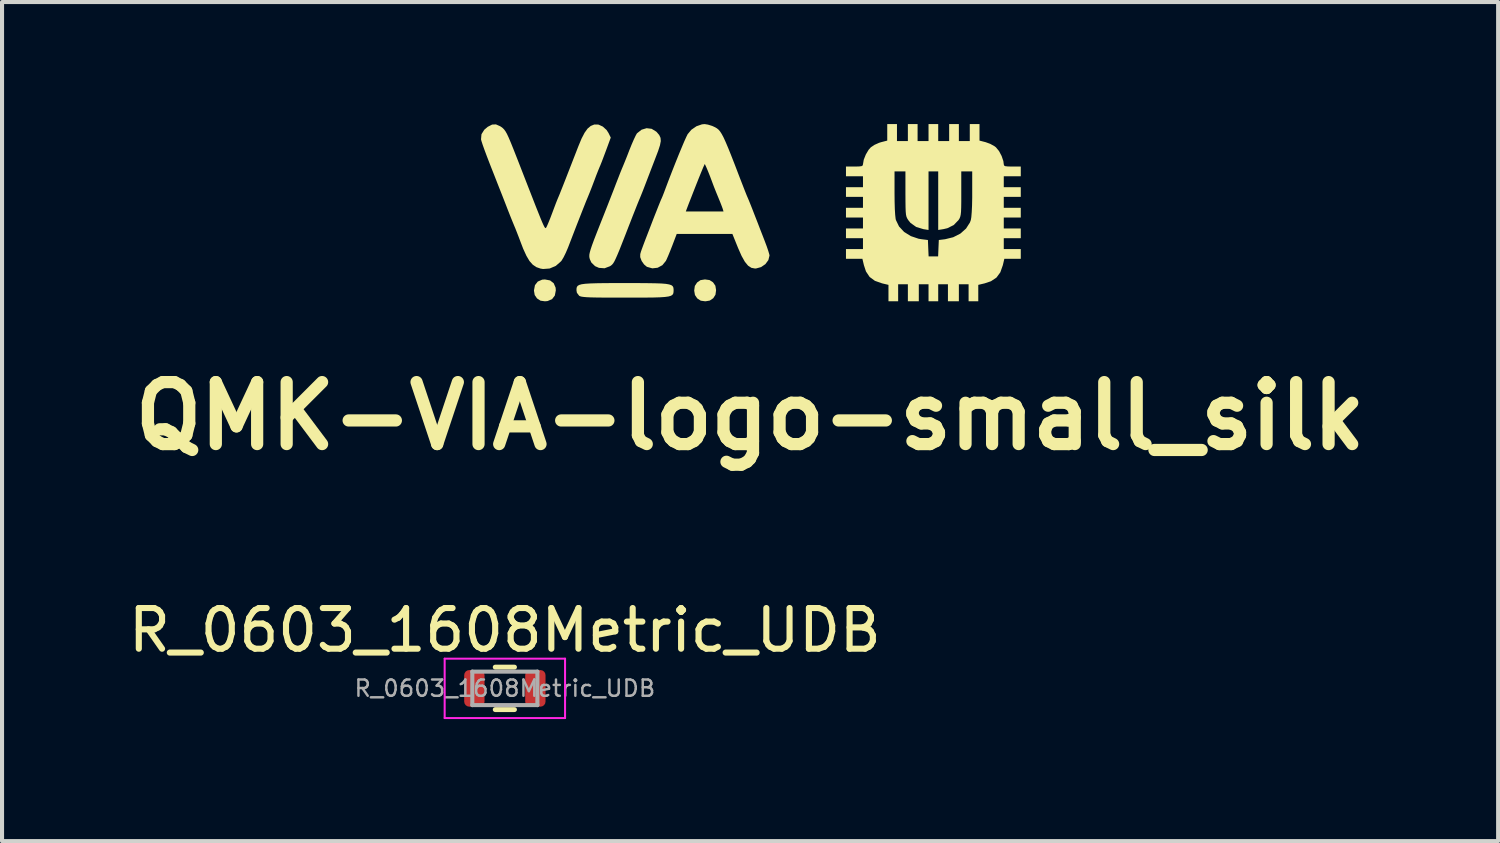
<source format=kicad_pcb>
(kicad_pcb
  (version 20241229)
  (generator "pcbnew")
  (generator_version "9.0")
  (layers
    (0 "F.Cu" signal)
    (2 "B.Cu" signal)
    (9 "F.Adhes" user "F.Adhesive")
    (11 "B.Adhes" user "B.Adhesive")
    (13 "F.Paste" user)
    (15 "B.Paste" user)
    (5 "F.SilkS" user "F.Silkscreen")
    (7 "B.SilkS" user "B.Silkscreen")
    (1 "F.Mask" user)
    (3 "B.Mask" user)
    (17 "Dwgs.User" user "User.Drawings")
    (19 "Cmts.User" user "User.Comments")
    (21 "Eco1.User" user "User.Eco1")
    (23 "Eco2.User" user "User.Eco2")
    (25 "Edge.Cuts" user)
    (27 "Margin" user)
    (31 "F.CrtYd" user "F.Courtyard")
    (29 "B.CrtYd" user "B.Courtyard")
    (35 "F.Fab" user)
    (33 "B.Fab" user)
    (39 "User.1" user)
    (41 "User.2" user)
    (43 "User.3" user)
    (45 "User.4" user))
  (footprint "QMK-VIA-logo-small_silk"
    (layer "F.Cu")
    (at 15.392 2.179)
    (property "Reference" "QMK-VIA-logo-small_silk" (at 0 5 0) (layer "F.SilkS") (effects (font (size 1.524 1.524) (thickness 0.3))))
    (attr board_only exclude_from_pos_files exclude_from_bom)
    (fp_poly (pts (xy -4.917 1.666) (xy -4.828 1.735) (xy -4.781 1.844) (xy -4.776 1.91) (xy -4.8 2.037) (xy -4.868 2.126) (xy -4.978 2.173) (xy -5.044 2.179) (xy -5.152 2.164) (xy -5.234 2.111) (xy -5.24 2.106) (xy -5.295 2.025) (xy -5.313 1.92) (xy -5.313 1.91) (xy -5.289 1.783) (xy -5.22 1.694) (xy -5.111 1.647) (xy -5.044 1.642)) (stroke (width 0) (type solid)) (fill yes) (layer "F.SilkS"))
    (fp_poly (pts (xy -0.997 1.657) (xy -0.915 1.709) (xy -0.909 1.715) (xy -0.853 1.796) (xy -0.836 1.901) (xy -0.836 1.91) (xy -0.851 2.018) (xy -0.903 2.1) (xy -0.909 2.106) (xy -0.99 2.161) (xy -1.095 2.179) (xy -1.104 2.179) (xy -1.212 2.164) (xy -1.294 2.111) (xy -1.3 2.106) (xy -1.355 2.025) (xy -1.373 1.92) (xy -1.373 1.91) (xy -1.358 1.802) (xy -1.305 1.721) (xy -1.3 1.715) (xy -1.219 1.659) (xy -1.114 1.642) (xy -1.104 1.642)) (stroke (width 0) (type solid)) (fill yes) (layer "F.SilkS"))
    (fp_poly (pts (xy -2.776 1.731) (xy -2.532 1.733) (xy -2.337 1.736) (xy -2.186 1.741) (xy -2.072 1.75) (xy -1.991 1.764) (xy -1.936 1.782) (xy -1.904 1.806) (xy -1.887 1.837) (xy -1.881 1.876) (xy -1.88 1.91) (xy -1.882 1.955) (xy -1.89 1.992) (xy -1.91 2.021) (xy -1.947 2.044) (xy -2.008 2.061) (xy -2.097 2.073) (xy -2.219 2.081) (xy -2.381 2.086) (xy -2.588 2.088) (xy -2.844 2.089) (xy -3.074 2.089) (xy -3.36 2.089) (xy -3.592 2.088) (xy -3.775 2.086) (xy -3.918 2.083) (xy -4.024 2.078) (xy -4.1 2.071) (xy -4.152 2.063) (xy -4.186 2.052) (xy -4.202 2.043) (xy -4.258 1.969) (xy -4.268 1.91) (xy -4.267 1.866) (xy -4.259 1.829) (xy -4.239 1.8) (xy -4.201 1.777) (xy -4.141 1.76) (xy -4.052 1.748) (xy -3.929 1.74) (xy -3.767 1.735) (xy -3.561 1.732) (xy -3.304 1.731) (xy -3.074 1.731)) (stroke (width 0) (type solid)) (fill yes) (layer "F.SilkS"))
    (fp_poly (pts (xy -2.42 -2.062) (xy -2.307 -1.993) (xy -2.291 -1.977) (xy -2.233 -1.908) (xy -2.201 -1.839) (xy -2.195 -1.76) (xy -2.215 -1.657) (xy -2.26 -1.518) (xy -2.294 -1.429) (xy -2.355 -1.269) (xy -2.428 -1.08) (xy -2.501 -0.889) (xy -2.55 -0.761) (xy -2.604 -0.62) (xy -2.653 -0.495) (xy -2.692 -0.399) (xy -2.714 -0.345) (xy -2.715 -0.343) (xy -2.734 -0.298) (xy -2.771 -0.207) (xy -2.822 -0.078) (xy -2.884 0.078) (xy -2.952 0.253) (xy -2.97 0.298) (xy -3.069 0.554) (xy -3.15 0.76) (xy -3.214 0.922) (xy -3.266 1.046) (xy -3.307 1.138) (xy -3.339 1.203) (xy -3.367 1.248) (xy -3.393 1.278) (xy -3.419 1.3) (xy -3.445 1.317) (xy -3.578 1.367) (xy -3.715 1.357) (xy -3.811 1.315) (xy -3.903 1.225) (xy -3.94 1.143) (xy -3.949 1.108) (xy -3.953 1.071) (xy -3.951 1.027) (xy -3.939 0.97) (xy -3.917 0.894) (xy -3.883 0.793) (xy -3.834 0.66) (xy -3.768 0.49) (xy -3.684 0.277) (xy -3.58 0.015) (xy -3.508 -0.168) (xy -3.429 -0.37) (xy -3.352 -0.567) (xy -3.295 -0.716) (xy -3.241 -0.854) (xy -3.193 -0.977) (xy -3.156 -1.069) (xy -3.135 -1.119) (xy -3.114 -1.169) (xy -3.076 -1.262) (xy -3.027 -1.384) (xy -2.973 -1.524) (xy -2.968 -1.537) (xy -2.911 -1.678) (xy -2.857 -1.802) (xy -2.812 -1.896) (xy -2.782 -1.949) (xy -2.78 -1.951) (xy -2.668 -2.04) (xy -2.544 -2.077)) (stroke (width 0) (type solid)) (fill yes) (layer "F.SilkS"))
    (fp_poly (pts (xy -6.146 -2.126) (xy -6.118 -2.108) (xy -6.081 -2.08) (xy -6.048 -2.047) (xy -6.015 -2.002) (xy -5.978 -1.938) (xy -5.936 -1.848) (xy -5.884 -1.726) (xy -5.819 -1.565) (xy -5.738 -1.359) (xy -5.685 -1.224) (xy -5.552 -0.882) (xy -5.439 -0.592) (xy -5.344 -0.349) (xy -5.266 -0.149) (xy -5.202 0.011) (xy -5.152 0.136) (xy -5.113 0.23) (xy -5.083 0.297) (xy -5.061 0.342) (xy -5.045 0.367) (xy -5.034 0.378) (xy -5.026 0.379) (xy -5.018 0.373) (xy -5.015 0.37) (xy -4.995 0.333) (xy -4.96 0.252) (xy -4.914 0.139) (xy -4.867 0.015) (xy -4.816 -0.121) (xy -4.771 -0.24) (xy -4.735 -0.33) (xy -4.717 -0.373) (xy -4.704 -0.403) (xy -4.682 -0.456) (xy -4.65 -0.537) (xy -4.605 -0.65) (xy -4.546 -0.8) (xy -4.472 -0.99) (xy -4.38 -1.226) (xy -4.269 -1.511) (xy -4.224 -1.627) (xy -4.143 -1.822) (xy -4.068 -1.966) (xy -3.995 -2.067) (xy -3.918 -2.132) (xy -3.832 -2.167) (xy -3.83 -2.168) (xy -3.727 -2.166) (xy -3.621 -2.117) (xy -3.528 -2.033) (xy -3.481 -1.96) (xy -3.425 -1.846) (xy -3.537 -1.542) (xy -3.589 -1.403) (xy -3.639 -1.271) (xy -3.681 -1.165) (xy -3.701 -1.119) (xy -3.737 -1.031) (xy -3.784 -0.912) (xy -3.831 -0.786) (xy -3.835 -0.776) (xy -3.886 -0.641) (xy -3.941 -0.501) (xy -3.987 -0.388) (xy -4.03 -0.285) (xy -4.091 -0.131) (xy -4.169 0.067) (xy -4.262 0.304) (xy -4.367 0.576) (xy -4.476 0.859) (xy -4.529 0.983) (xy -4.585 1.097) (xy -4.635 1.18) (xy -4.647 1.195) (xy -4.776 1.308) (xy -4.928 1.373) (xy -5.089 1.385) (xy -5.152 1.375) (xy -5.255 1.339) (xy -5.343 1.279) (xy -5.423 1.189) (xy -5.499 1.061) (xy -5.578 0.888) (xy -5.64 0.727) (xy -5.691 0.592) (xy -5.737 0.474) (xy -5.772 0.385) (xy -5.79 0.343) (xy -5.809 0.297) (xy -5.847 0.205) (xy -5.898 0.078) (xy -5.958 -0.074) (xy -6.016 -0.224) (xy -6.099 -0.437) (xy -6.194 -0.677) (xy -6.29 -0.922) (xy -6.378 -1.145) (xy -6.408 -1.222) (xy -6.472 -1.388) (xy -6.529 -1.541) (xy -6.575 -1.67) (xy -6.605 -1.763) (xy -6.615 -1.804) (xy -6.604 -1.928) (xy -6.536 -2.038) (xy -6.45 -2.111) (xy -6.343 -2.166) (xy -6.249 -2.171)) (stroke (width 0) (type solid)) (fill yes) (layer "F.SilkS"))
    (fp_poly (pts (xy -1.035 -2.165) (xy -0.935 -2.134) (xy -0.905 -2.121) (xy -0.856 -2.098) (xy -0.813 -2.072) (xy -0.774 -2.04) (xy -0.736 -1.995) (xy -0.696 -1.933) (xy -0.651 -1.848) (xy -0.599 -1.734) (xy -0.537 -1.588) (xy -0.463 -1.404) (xy -0.374 -1.176) (xy -0.268 -0.899) (xy -0.223 -0.783) (xy -0.169 -0.644) (xy -0.121 -0.521) (xy -0.083 -0.426) (xy -0.061 -0.374) (xy -0.06 -0.373) (xy -0.039 -0.323) (xy -0.001 -0.231) (xy 0.048 -0.108) (xy 0.102 0.032) (xy 0.107 0.045) (xy 0.175 0.218) (xy 0.248 0.408) (xy 0.318 0.587) (xy 0.362 0.701) (xy 0.41 0.829) (xy 0.448 0.941) (xy 0.472 1.022) (xy 0.478 1.054) (xy 0.45 1.166) (xy 0.377 1.265) (xy 0.271 1.338) (xy 0.147 1.372) (xy 0.121 1.373) (xy 0.032 1.356) (xy -0.049 1.303) (xy -0.128 1.207) (xy -0.209 1.063) (xy -0.296 0.866) (xy -0.297 0.863) (xy -0.435 0.522) (xy -1.803 0.522) (xy -1.911 0.806) (xy -1.963 0.938) (xy -2.013 1.06) (xy -2.054 1.153) (xy -2.07 1.186) (xy -2.156 1.291) (xy -2.272 1.354) (xy -2.403 1.369) (xy -2.534 1.332) (xy -2.541 1.328) (xy -2.606 1.273) (xy -2.663 1.192) (xy -2.669 1.179) (xy -2.701 1.094) (xy -2.7 1.019) (xy -2.684 0.961) (xy -2.663 0.9) (xy -2.624 0.795) (xy -2.572 0.657) (xy -2.51 0.497) (xy -2.444 0.326) (xy -2.378 0.154) (xy -2.314 -0.008) (xy -2.305 -0.03) (xy -1.58 -0.03) (xy -0.653 -0.03) (xy -0.673 -0.097) (xy -0.695 -0.158) (xy -0.732 -0.253) (xy -0.775 -0.358) (xy -0.829 -0.489) (xy -0.89 -0.642) (xy -0.94 -0.776) (xy -0.986 -0.898) (xy -1.031 -1.011) (xy -1.065 -1.092) (xy -1.068 -1.099) (xy -1.113 -1.198) (xy -1.152 -1.114) (xy -1.174 -1.061) (xy -1.214 -0.964) (xy -1.266 -0.835) (xy -1.326 -0.684) (xy -1.389 -0.524) (xy -1.451 -0.365) (xy -1.508 -0.22) (xy -1.549 -0.112) (xy -1.58 -0.03) (xy -2.305 -0.03) (xy -2.258 -0.15) (xy -2.213 -0.261) (xy -2.184 -0.331) (xy -2.178 -0.343) (xy -2.153 -0.401) (xy -2.116 -0.495) (xy -2.078 -0.597) (xy -2.003 -0.796) (xy -1.922 -1.005) (xy -1.84 -1.213) (xy -1.76 -1.412) (xy -1.685 -1.593) (xy -1.621 -1.745) (xy -1.569 -1.86) (xy -1.535 -1.929) (xy -1.535 -1.93) (xy -1.443 -2.039) (xy -1.318 -2.125) (xy -1.182 -2.172) (xy -1.117 -2.178)) (stroke (width 0) (type solid)) (fill yes) (layer "F.SilkS"))
    (fp_poly (pts (xy 3.612 -1.761) (xy 3.88 -1.761) (xy 3.88 -2.179) (xy 4.119 -2.179) (xy 4.119 -1.761) (xy 4.388 -1.761) (xy 4.388 -2.179) (xy 4.626 -2.179) (xy 4.626 -1.761) (xy 4.895 -1.761) (xy 4.895 -2.179) (xy 5.134 -2.179) (xy 5.134 -1.761) (xy 5.402 -1.761) (xy 5.402 -2.179) (xy 5.641 -2.179) (xy 5.641 -1.772) (xy 5.793 -1.733) (xy 5.905 -1.692) (xy 6.01 -1.634) (xy 6.045 -1.607) (xy 6.12 -1.516) (xy 6.185 -1.394) (xy 6.228 -1.267) (xy 6.238 -1.189) (xy 6.245 -1.16) (xy 6.275 -1.143) (xy 6.34 -1.136) (xy 6.447 -1.134) (xy 6.656 -1.134) (xy 6.656 -0.895) (xy 6.238 -0.895) (xy 6.238 -0.627) (xy 6.656 -0.627) (xy 6.656 -0.388) (xy 6.238 -0.388) (xy 6.238 -0.119) (xy 6.656 -0.119) (xy 6.656 0.119) (xy 6.238 0.119) (xy 6.238 0.388) (xy 6.656 0.388) (xy 6.656 0.627) (xy 6.238 0.627) (xy 6.238 0.895) (xy 6.656 0.895) (xy 6.656 1.134) (xy 6.252 1.134) (xy 6.215 1.291) (xy 6.153 1.467) (xy 6.058 1.596) (xy 5.923 1.686) (xy 5.768 1.738) (xy 5.611 1.775) (xy 5.611 2.179) (xy 5.373 2.179) (xy 5.373 1.761) (xy 5.134 1.761) (xy 5.134 2.179) (xy 4.865 2.179) (xy 4.865 1.761) (xy 4.626 1.761) (xy 4.626 2.179) (xy 4.388 2.179) (xy 4.388 1.761) (xy 4.149 1.761) (xy 4.149 2.179) (xy 3.88 2.179) (xy 3.88 1.761) (xy 3.641 1.761) (xy 3.641 2.179) (xy 3.403 2.179) (xy 3.403 1.775) (xy 3.246 1.738) (xy 3.07 1.676) (xy 2.94 1.581) (xy 2.85 1.446) (xy 2.799 1.291) (xy 2.762 1.134) (xy 2.358 1.134) (xy 2.358 0.895) (xy 2.776 0.895) (xy 2.776 0.627) (xy 2.358 0.627) (xy 2.358 0.388) (xy 2.776 0.388) (xy 2.776 0.119) (xy 2.358 0.119) (xy 2.358 -0.119) (xy 2.776 -0.119) (xy 2.776 -0.388) (xy 2.358 -0.388) (xy 2.358 -0.474) (xy 3.552 -0.474) (xy 3.554 -0.27) (xy 3.559 -0.091) (xy 3.568 0.053) (xy 3.579 0.152) (xy 3.586 0.181) (xy 3.663 0.34) (xy 3.788 0.474) (xy 3.952 0.576) (xy 4.144 0.641) (xy 4.219 0.653) (xy 4.373 0.672) (xy 4.381 0.873) (xy 4.39 1.075) (xy 4.624 1.075) (xy 4.632 0.873) (xy 4.641 0.672) (xy 4.795 0.653) (xy 4.995 0.604) (xy 5.17 0.515) (xy 5.31 0.391) (xy 5.406 0.241) (xy 5.428 0.181) (xy 5.44 0.109) (xy 5.45 -0.014) (xy 5.458 -0.176) (xy 5.462 -0.369) (xy 5.462 -0.474) (xy 5.462 -1.015) (xy 5.193 -1.015) (xy 5.193 -0.467) (xy 5.193 -0.272) (xy 5.191 -0.128) (xy 5.187 -0.023) (xy 5.179 0.05) (xy 5.167 0.102) (xy 5.15 0.143) (xy 5.126 0.181) (xy 5.008 0.304) (xy 4.852 0.382) (xy 4.753 0.405) (xy 4.626 0.425) (xy 4.626 -1.015) (xy 4.388 -1.015) (xy 4.388 0.425) (xy 4.261 0.405) (xy 4.084 0.351) (xy 3.945 0.252) (xy 3.888 0.181) (xy 3.864 0.142) (xy 3.846 0.101) (xy 3.834 0.049) (xy 3.827 -0.025) (xy 3.823 -0.13) (xy 3.821 -0.276) (xy 3.82 -0.467) (xy 3.82 -1.015) (xy 3.552 -1.015) (xy 3.552 -0.474) (xy 2.358 -0.474) (xy 2.358 -0.627) (xy 2.776 -0.627) (xy 2.776 -0.895) (xy 2.358 -0.895) (xy 2.358 -1.134) (xy 2.567 -1.134) (xy 2.677 -1.136) (xy 2.741 -1.144) (xy 2.769 -1.161) (xy 2.776 -1.189) (xy 2.795 -1.302) (xy 2.846 -1.43) (xy 2.915 -1.546) (xy 2.969 -1.607) (xy 3.06 -1.668) (xy 3.173 -1.718) (xy 3.221 -1.733) (xy 3.373 -1.772) (xy 3.373 -2.179) (xy 3.612 -2.179)) (stroke (width 0) (type solid)) (fill yes) (layer "F.SilkS")))
  (footprint "R_0603_1608Metric_UDB"
    (layer "F.Cu")
    (at 9.363 13.875)
    (property "Reference" "R_0603_1608Metric_UDB" (at 0 -1.43 0) (layer "F.SilkS") (effects (font (size 1 1) (thickness 0.15))))
    (attr smd)
    (fp_line (start -0.237 -0.522) (end 0.237 -0.522) (stroke (width 0.12) (type solid)) (layer "F.SilkS"))
    (fp_line (start -0.237 0.522) (end 0.237 0.522) (stroke (width 0.12) (type solid)) (layer "F.SilkS"))
    (fp_line (start -1.48 -0.73) (end 1.48 -0.73) (stroke (width 0.05) (type solid)) (layer "F.CrtYd"))
    (fp_line (start -1.48 0.73) (end -1.48 -0.73) (stroke (width 0.05) (type solid)) (layer "F.CrtYd"))
    (fp_line (start 1.48 -0.73) (end 1.48 0.73) (stroke (width 0.05) (type solid)) (layer "F.CrtYd"))
    (fp_line (start 1.48 0.73) (end -1.48 0.73) (stroke (width 0.05) (type solid)) (layer "F.CrtYd"))
    (fp_line (start -0.8 -0.412) (end 0.8 -0.412) (stroke (width 0.1) (type solid)) (layer "F.Fab"))
    (fp_line (start -0.8 0.412) (end -0.8 -0.412) (stroke (width 0.1) (type solid)) (layer "F.Fab"))
    (fp_line (start 0.8 -0.412) (end 0.8 0.412) (stroke (width 0.1) (type solid)) (layer "F.Fab"))
    (fp_line (start 0.8 0.412) (end -0.8 0.412) (stroke (width 0.1) (type solid)) (layer "F.Fab"))
    (fp_text user "${REFERENCE}" (at 0 0 0) (layer "F.Fab") (effects (font (size 0.4 0.4) (thickness 0.06))))
    (pad "1" smd roundrect (at -0.75 0) (size 0.5 0.9) (layers "F.Cu" "F.Mask" "F.Paste") (roundrect_rratio 0.25))
    (pad "2" smd roundrect (at 0.75 0) (size 0.5 0.9) (layers "F.Cu" "F.Mask" "F.Paste") (roundrect_rratio 0.25)))
  (gr_rect
    (start -3 -3)
    (end 33.785 17.63)
    (stroke (width 0.1) (type default))
    (fill no)
    (layer "Edge.Cuts")))
</source>
